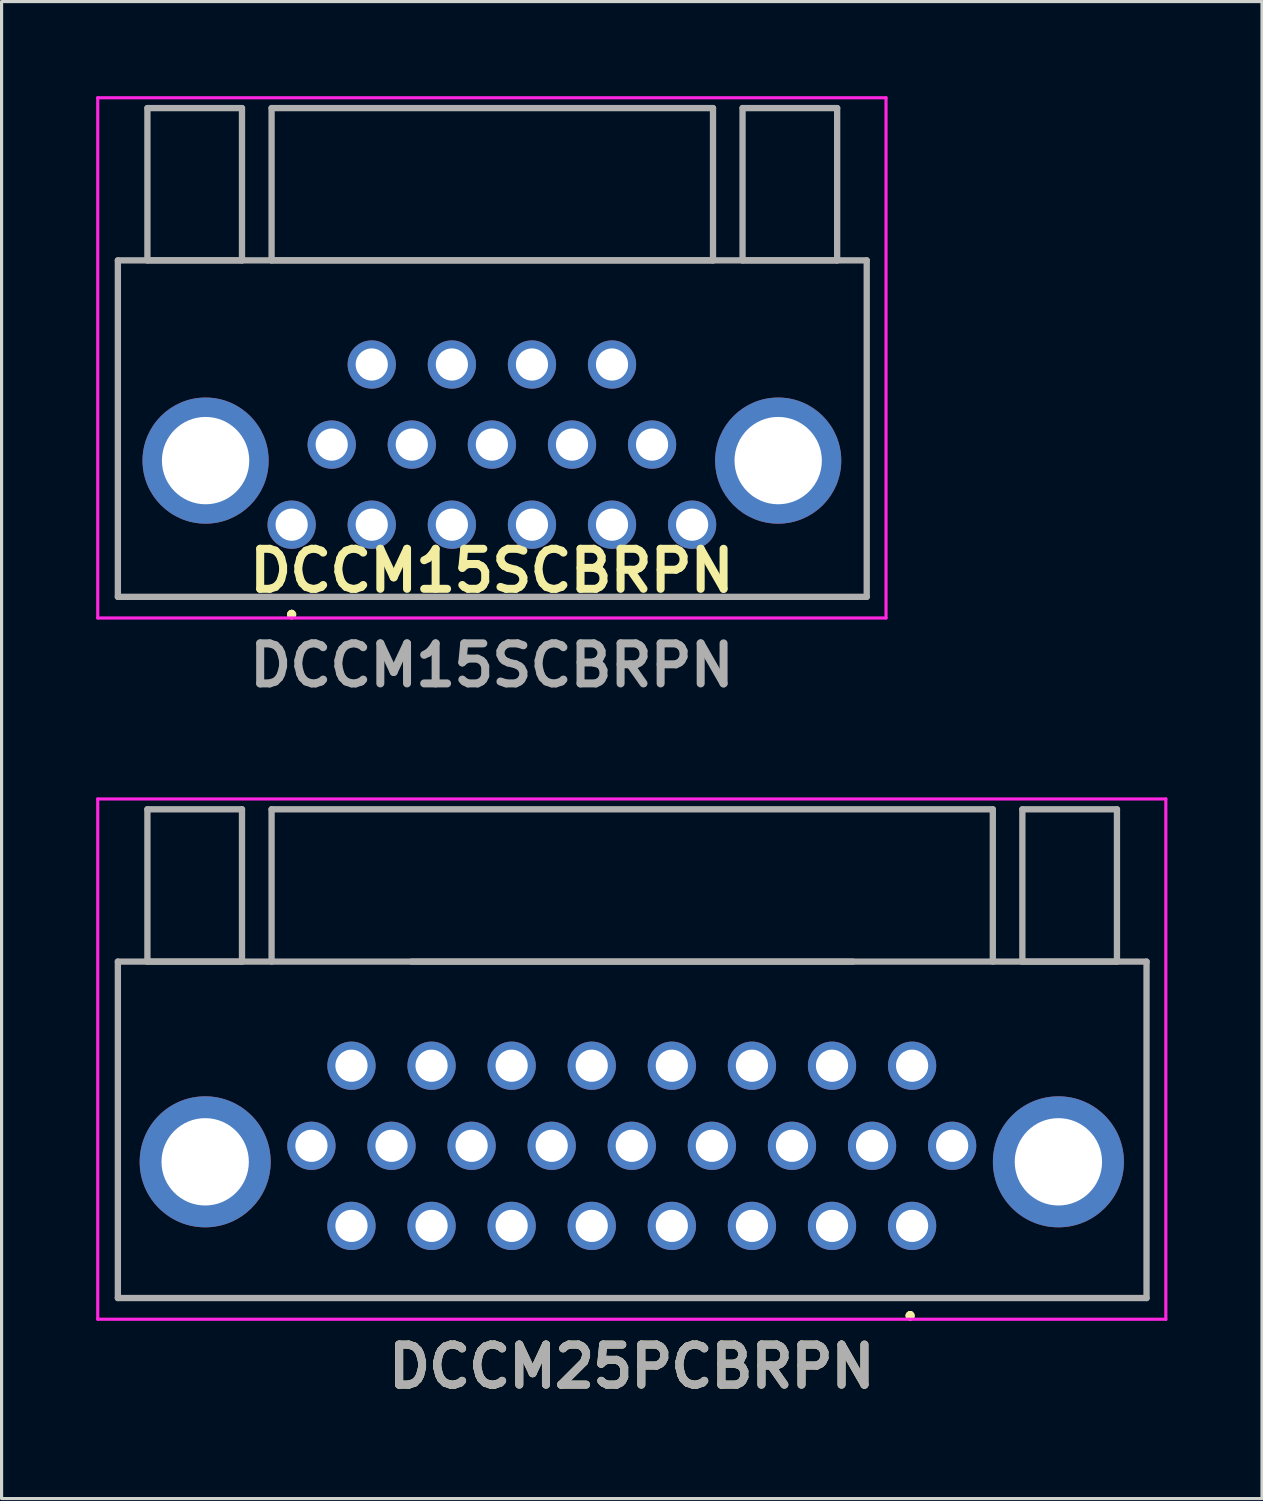
<source format=kicad_pcb>
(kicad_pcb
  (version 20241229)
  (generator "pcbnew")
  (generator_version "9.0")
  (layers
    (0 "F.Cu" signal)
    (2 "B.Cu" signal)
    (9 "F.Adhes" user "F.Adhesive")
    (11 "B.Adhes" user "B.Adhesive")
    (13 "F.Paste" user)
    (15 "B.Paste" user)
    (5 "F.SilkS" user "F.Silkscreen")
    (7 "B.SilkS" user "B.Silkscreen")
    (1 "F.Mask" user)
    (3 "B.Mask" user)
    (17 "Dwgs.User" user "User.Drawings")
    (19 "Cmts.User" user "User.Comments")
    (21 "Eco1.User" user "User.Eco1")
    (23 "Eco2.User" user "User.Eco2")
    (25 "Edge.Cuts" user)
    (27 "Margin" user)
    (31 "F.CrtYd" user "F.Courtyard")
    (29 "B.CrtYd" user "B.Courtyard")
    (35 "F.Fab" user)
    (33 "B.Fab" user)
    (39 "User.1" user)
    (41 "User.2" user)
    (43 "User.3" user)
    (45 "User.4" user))
  (footprint "DCCM25PCBRPN"
    (layer "F.Cu")
    (at 16.987 33.289)
    (property "Reference" "DCCM25PCBRPN" (at 0 7 0) (layer "F.SilkS") (effects (font (size 1.27 1.27) (thickness 0.254))))
    (attr through_hole)
    (fp_line (start -16.299 -5.842) (end 16.325 -5.842) (stroke (width 0.1) (type solid)) (layer "F.SilkS"))
    (fp_line (start -16.299 4.828) (end -16.299 -5.842) (stroke (width 0.1) (type solid)) (layer "F.SilkS"))
    (fp_line (start 8.83 5.34) (end 8.83 5.34) (stroke (width 0.2) (type solid)) (layer "F.SilkS"))
    (fp_line (start 8.83 5.34) (end 8.83 5.34) (stroke (width 0.2) (type solid)) (layer "F.SilkS"))
    (fp_line (start 8.83 5.44) (end 8.83 5.44) (stroke (width 0.2) (type solid)) (layer "F.SilkS"))
    (fp_line (start 16.325 -5.842) (end 16.325 4.828) (stroke (width 0.1) (type solid)) (layer "F.SilkS"))
    (fp_line (start 16.325 4.828) (end -16.299 4.828) (stroke (width 0.1) (type solid)) (layer "F.SilkS"))
    (fp_arc (start 8.83 5.34) (mid 8.88 5.39) (end 8.83 5.44) (stroke (width 0.2) (type solid)) (layer "F.SilkS"))
    (fp_arc (start 8.83 5.44) (mid 8.78 5.39) (end 8.83 5.34) (stroke (width 0.2) (type solid)) (layer "F.SilkS"))
    (fp_arc (start 8.83 5.44) (mid 8.78 5.39) (end 8.83 5.34) (stroke (width 0.2) (type solid)) (layer "F.SilkS"))
    (fp_line (start -16.937 -11) (end 16.937 -11) (stroke (width 0.1) (type solid)) (layer "F.CrtYd"))
    (fp_line (start -16.937 5.5) (end -16.937 -11) (stroke (width 0.1) (type solid)) (layer "F.CrtYd"))
    (fp_line (start 16.937 -11) (end 16.937 5.5) (stroke (width 0.1) (type solid)) (layer "F.CrtYd"))
    (fp_line (start 16.937 5.5) (end -16.937 5.5) (stroke (width 0.1) (type solid)) (layer "F.CrtYd"))
    (fp_line (start -16.299 -5.842) (end -16.299 4.828) (stroke (width 0.2) (type solid)) (layer "F.Fab"))
    (fp_line (start -16.299 4.828) (end 16.325 4.828) (stroke (width 0.2) (type solid)) (layer "F.Fab"))
    (fp_line (start -15.362 -10.672) (end -15.362 -5.842) (stroke (width 0.2) (type solid)) (layer "F.Fab"))
    (fp_line (start -15.362 -5.842) (end -12.362 -5.842) (stroke (width 0.2) (type solid)) (layer "F.Fab"))
    (fp_line (start -12.362 -10.672) (end -15.362 -10.672) (stroke (width 0.2) (type solid)) (layer "F.Fab"))
    (fp_line (start -12.362 -5.842) (end -12.362 -10.672) (stroke (width 0.2) (type solid)) (layer "F.Fab"))
    (fp_line (start -11.424 -10.672) (end -11.424 -5.842) (stroke (width 0.2) (type solid)) (layer "F.Fab"))
    (fp_line (start -6.987 -5.842) (end 7.013 -5.842) (stroke (width 0.2) (type solid)) (layer "F.Fab"))
    (fp_line (start 11.45 -10.672) (end -11.424 -10.672) (stroke (width 0.2) (type solid)) (layer "F.Fab"))
    (fp_line (start 11.45 -5.842) (end 11.45 -10.672) (stroke (width 0.2) (type solid)) (layer "F.Fab"))
    (fp_line (start 12.387 -10.672) (end 12.387 -5.842) (stroke (width 0.2) (type solid)) (layer "F.Fab"))
    (fp_line (start 12.387 -5.842) (end 15.387 -5.842) (stroke (width 0.2) (type solid)) (layer "F.Fab"))
    (fp_line (start 15.387 -10.672) (end 12.387 -10.672) (stroke (width 0.2) (type solid)) (layer "F.Fab"))
    (fp_line (start 15.387 -5.842) (end 15.387 -10.672) (stroke (width 0.2) (type solid)) (layer "F.Fab"))
    (fp_line (start 16.325 -5.842) (end -16.299 -5.842) (stroke (width 0.2) (type solid)) (layer "F.Fab"))
    (fp_line (start 16.325 4.828) (end 16.325 -5.842) (stroke (width 0.2) (type solid)) (layer "F.Fab"))
    (fp_text user "${REFERENCE}" (at 0 7 0) (layer "F.Fab") (effects (font (size 1.27 1.27) (thickness 0.254))))
    (pad "0" thru_hole circle (at -13.53 0.508) (size 4.155 4.155) (drill 2.77) (layers "*.Cu" "*.Mask"))
    (pad "0" thru_hole circle (at 13.53 0.508) (size 4.155 4.155) (drill 2.77) (layers "*.Cu" "*.Mask"))
    (pad "1" thru_hole circle (at -10.16 0) (size 1.53 1.53) (drill 1.02) (layers "*.Cu" "*.Mask"))
    (pad "2" thru_hole circle (at -8.89 -2.54) (size 1.53 1.53) (drill 1.02) (layers "*.Cu" "*.Mask"))
    (pad "3" thru_hole circle (at -6.35 -2.54) (size 1.53 1.53) (drill 1.02) (layers "*.Cu" "*.Mask"))
    (pad "4" thru_hole circle (at -3.81 -2.54) (size 1.53 1.53) (drill 1.02) (layers "*.Cu" "*.Mask"))
    (pad "5" thru_hole circle (at -2.54 0) (size 1.53 1.53) (drill 1.02) (layers "*.Cu" "*.Mask"))
    (pad "6" thru_hole circle (at -1.27 -2.54) (size 1.53 1.53) (drill 1.02) (layers "*.Cu" "*.Mask"))
    (pad "7" thru_hole circle (at 0 0) (size 1.53 1.53) (drill 1.02) (layers "*.Cu" "*.Mask"))
    (pad "8" thru_hole circle (at 1.27 -2.54) (size 1.53 1.53) (drill 1.02) (layers "*.Cu" "*.Mask"))
    (pad "9" thru_hole circle (at 2.54 0) (size 1.53 1.53) (drill 1.02) (layers "*.Cu" "*.Mask"))
    (pad "10" thru_hole circle (at 3.81 -2.54) (size 1.53 1.53) (drill 1.02) (layers "*.Cu" "*.Mask"))
    (pad "11" thru_hole circle (at 6.35 -2.54) (size 1.53 1.53) (drill 1.02) (layers "*.Cu" "*.Mask"))
    (pad "12" thru_hole circle (at 8.89 -2.54) (size 1.53 1.53) (drill 1.02) (layers "*.Cu" "*.Mask"))
    (pad "13" thru_hole circle (at 10.16 0) (size 1.53 1.53) (drill 1.02) (layers "*.Cu" "*.Mask"))
    (pad "14" thru_hole circle (at -8.89 2.54) (size 1.53 1.53) (drill 1.02) (layers "*.Cu" "*.Mask"))
    (pad "15" thru_hole circle (at -7.62 0) (size 1.53 1.53) (drill 1.02) (layers "*.Cu" "*.Mask"))
    (pad "16" thru_hole circle (at -6.35 2.54) (size 1.53 1.53) (drill 1.02) (layers "*.Cu" "*.Mask"))
    (pad "17" thru_hole circle (at -5.08 0) (size 1.53 1.53) (drill 1.02) (layers "*.Cu" "*.Mask"))
    (pad "18" thru_hole circle (at -3.81 2.54) (size 1.53 1.53) (drill 1.02) (layers "*.Cu" "*.Mask"))
    (pad "19" thru_hole circle (at -1.27 2.54) (size 1.53 1.53) (drill 1.02) (layers "*.Cu" "*.Mask"))
    (pad "20" thru_hole circle (at 1.27 2.54) (size 1.53 1.53) (drill 1.02) (layers "*.Cu" "*.Mask"))
    (pad "21" thru_hole circle (at 3.81 2.54) (size 1.53 1.53) (drill 1.02) (layers "*.Cu" "*.Mask"))
    (pad "22" thru_hole circle (at 5.08 0) (size 1.53 1.53) (drill 1.02) (layers "*.Cu" "*.Mask"))
    (pad "23" thru_hole circle (at 6.35 2.54) (size 1.53 1.53) (drill 1.02) (layers "*.Cu" "*.Mask"))
    (pad "24" thru_hole circle (at 7.62 0) (size 1.53 1.53) (drill 1.02) (layers "*.Cu" "*.Mask"))
    (pad "25" thru_hole circle (at 8.89 2.54) (size 1.53 1.53) (drill 1.02) (layers "*.Cu" "*.Mask")))
  (footprint "DCCM15SCBRPN"
    (layer "F.Cu")
    (at 12.55 11.05)
    (property "Reference" "DCCM15SCBRPN" (at 0 4 0) (layer "F.SilkS") (effects (font (size 1.27 1.27) (thickness 0.254))))
    (attr through_hole)
    (fp_line (start -11.862 -5.842) (end 11.888 -5.842) (stroke (width 0.1) (type solid)) (layer "F.SilkS"))
    (fp_line (start -11.862 4.828) (end -11.862 -5.842) (stroke (width 0.1) (type solid)) (layer "F.SilkS"))
    (fp_line (start -6.35 5.34) (end -6.35 5.34) (stroke (width 0.2) (type solid)) (layer "F.SilkS"))
    (fp_line (start -6.35 5.34) (end -6.35 5.34) (stroke (width 0.2) (type solid)) (layer "F.SilkS"))
    (fp_line (start -6.35 5.44) (end -6.35 5.44) (stroke (width 0.2) (type solid)) (layer "F.SilkS"))
    (fp_line (start 11.888 -5.842) (end 11.888 4.828) (stroke (width 0.1) (type solid)) (layer "F.SilkS"))
    (fp_line (start 11.888 4.828) (end -11.862 4.828) (stroke (width 0.1) (type solid)) (layer "F.SilkS"))
    (fp_arc (start -6.35 5.34) (mid -6.3 5.39) (end -6.35 5.44) (stroke (width 0.2) (type solid)) (layer "F.SilkS"))
    (fp_arc (start -6.35 5.44) (mid -6.4 5.39) (end -6.35 5.34) (stroke (width 0.2) (type solid)) (layer "F.SilkS"))
    (fp_arc (start -6.35 5.44) (mid -6.4 5.39) (end -6.35 5.34) (stroke (width 0.2) (type solid)) (layer "F.SilkS"))
    (fp_line (start -12.5 -11) (end 12.5 -11) (stroke (width 0.1) (type solid)) (layer "F.CrtYd"))
    (fp_line (start -12.5 5.5) (end -12.5 -11) (stroke (width 0.1) (type solid)) (layer "F.CrtYd"))
    (fp_line (start 12.5 -11) (end 12.5 5.5) (stroke (width 0.1) (type solid)) (layer "F.CrtYd"))
    (fp_line (start 12.5 5.5) (end -12.5 5.5) (stroke (width 0.1) (type solid)) (layer "F.CrtYd"))
    (fp_line (start -11.862 -5.842) (end -11.862 4.828) (stroke (width 0.2) (type solid)) (layer "F.Fab"))
    (fp_line (start -11.862 4.828) (end 11.888 4.828) (stroke (width 0.2) (type solid)) (layer "F.Fab"))
    (fp_line (start -10.925 -10.672) (end -10.925 -5.842) (stroke (width 0.2) (type solid)) (layer "F.Fab"))
    (fp_line (start -10.925 -5.842) (end -7.925 -5.842) (stroke (width 0.2) (type solid)) (layer "F.Fab"))
    (fp_line (start -7.925 -10.672) (end -10.925 -10.672) (stroke (width 0.2) (type solid)) (layer "F.Fab"))
    (fp_line (start -7.925 -5.842) (end -7.925 -10.672) (stroke (width 0.2) (type solid)) (layer "F.Fab"))
    (fp_line (start -6.987 -10.672) (end -6.987 -5.842) (stroke (width 0.2) (type solid)) (layer "F.Fab"))
    (fp_line (start -6.987 -5.842) (end 7.013 -5.842) (stroke (width 0.2) (type solid)) (layer "F.Fab"))
    (fp_line (start 7.013 -10.672) (end -6.987 -10.672) (stroke (width 0.2) (type solid)) (layer "F.Fab"))
    (fp_line (start 7.013 -5.842) (end 7.013 -10.672) (stroke (width 0.2) (type solid)) (layer "F.Fab"))
    (fp_line (start 7.95 -10.672) (end 7.95 -5.842) (stroke (width 0.2) (type solid)) (layer "F.Fab"))
    (fp_line (start 7.95 -5.842) (end 10.95 -5.842) (stroke (width 0.2) (type solid)) (layer "F.Fab"))
    (fp_line (start 10.95 -10.672) (end 7.95 -10.672) (stroke (width 0.2) (type solid)) (layer "F.Fab"))
    (fp_line (start 10.95 -5.842) (end 10.95 -10.672) (stroke (width 0.2) (type solid)) (layer "F.Fab"))
    (fp_line (start 11.888 -5.842) (end -11.862 -5.842) (stroke (width 0.2) (type solid)) (layer "F.Fab"))
    (fp_line (start 11.888 4.828) (end 11.888 -5.842) (stroke (width 0.2) (type solid)) (layer "F.Fab"))
    (fp_text user "${REFERENCE}" (at 0 7 0) (layer "F.Fab") (effects (font (size 1.27 1.27) (thickness 0.254))))
    (pad "0" thru_hole circle (at -9.08 0.508) (size 4 4) (drill 2.77) (layers "*.Cu" "*.Mask"))
    (pad "0" thru_hole circle (at 9.08 0.508) (size 4 4) (drill 2.77) (layers "*.Cu" "*.Mask"))
    (pad "1" thru_hole circle (at 5.08 0) (size 1.53 1.53) (drill 1.02) (layers "*.Cu" "*.Mask"))
    (pad "2" thru_hole circle (at 3.81 -2.54) (size 1.53 1.53) (drill 1.02) (layers "*.Cu" "*.Mask"))
    (pad "3" thru_hole circle (at 2.541 0) (size 1.53 1.53) (drill 1.02) (layers "*.Cu" "*.Mask"))
    (pad "4" thru_hole circle (at 1.271 -2.54) (size 1.53 1.53) (drill 1.02) (layers "*.Cu" "*.Mask"))
    (pad "5" thru_hole circle (at -1.269 -2.54) (size 1.53 1.53) (drill 1.02) (layers "*.Cu" "*.Mask"))
    (pad "6" thru_hole circle (at -2.54 0) (size 1.53 1.53) (drill 1.02) (layers "*.Cu" "*.Mask"))
    (pad "7" thru_hole circle (at -3.81 -2.54) (size 1.53 1.53) (drill 1.02) (layers "*.Cu" "*.Mask"))
    (pad "8" thru_hole circle (at -5.08 0) (size 1.53 1.53) (drill 1.02) (layers "*.Cu" "*.Mask"))
    (pad "9" thru_hole circle (at 6.35 2.54) (size 1.53 1.53) (drill 1.02) (layers "*.Cu" "*.Mask"))
    (pad "10" thru_hole circle (at 3.81 2.54) (size 1.53 1.53) (drill 1.02) (layers "*.Cu" "*.Mask"))
    (pad "11" thru_hole circle (at 1.271 2.54) (size 1.53 1.53) (drill 1.02) (layers "*.Cu" "*.Mask"))
    (pad "12" thru_hole circle (at 0 0) (size 1.53 1.53) (drill 1.02) (layers "*.Cu" "*.Mask"))
    (pad "13" thru_hole circle (at -1.269 2.54) (size 1.53 1.53) (drill 1.02) (layers "*.Cu" "*.Mask"))
    (pad "14" thru_hole circle (at -3.81 2.54) (size 1.53 1.53) (drill 1.02) (layers "*.Cu" "*.Mask"))
    (pad "15" thru_hole circle (at -6.35 2.54) (size 1.53 1.53) (drill 1.02) (layers "*.Cu" "*.Mask")))
  (gr_rect
    (start -3 -3)
    (end 36.974 44.477)
    (stroke (width 0.1) (type default))
    (fill no)
    (layer "Edge.Cuts")))
</source>
